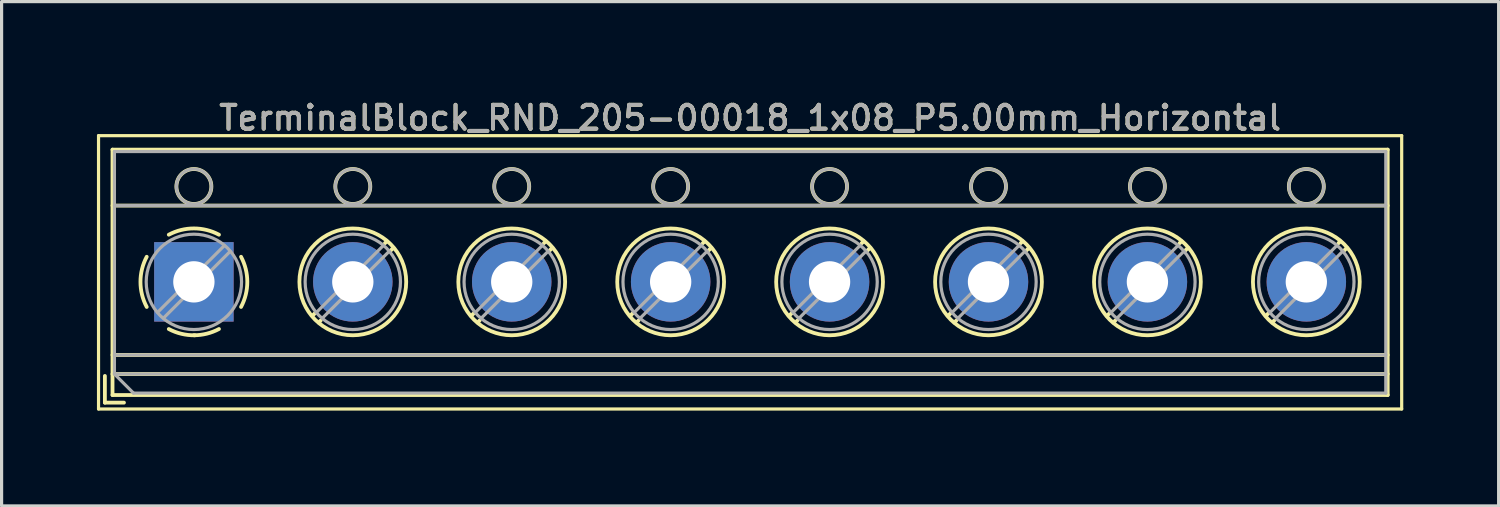
<source format=kicad_pcb>
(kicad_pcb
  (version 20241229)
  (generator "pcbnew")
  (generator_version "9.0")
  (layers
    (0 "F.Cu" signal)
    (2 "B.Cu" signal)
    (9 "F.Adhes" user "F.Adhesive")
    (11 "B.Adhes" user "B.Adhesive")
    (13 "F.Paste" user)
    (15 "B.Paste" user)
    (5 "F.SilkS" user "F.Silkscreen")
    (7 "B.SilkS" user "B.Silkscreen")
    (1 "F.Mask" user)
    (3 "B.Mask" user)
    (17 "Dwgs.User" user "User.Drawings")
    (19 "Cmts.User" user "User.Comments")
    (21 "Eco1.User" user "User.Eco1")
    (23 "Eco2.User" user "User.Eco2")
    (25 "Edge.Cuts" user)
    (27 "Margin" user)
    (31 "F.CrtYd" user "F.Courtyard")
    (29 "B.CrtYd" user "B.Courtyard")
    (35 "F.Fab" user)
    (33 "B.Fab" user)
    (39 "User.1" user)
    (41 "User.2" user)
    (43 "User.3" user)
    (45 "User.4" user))
  (footprint "TerminalBlock_RND_205-00018_1x08_P5.00mm_Horizontal"
    (layer "F.Cu")
    (at 3.05 5.818)
    (property "Reference" "TerminalBlock_RND_205-00018_1x08_P5.00mm_Horizontal" (at 17.5 -5.16 0) (layer "F.SilkS") (effects (font (size 0.75 0.75) (thickness 0.125))))
    (attr through_hole)
    (fp_line (start -3 -4.6) (end -3 4) (stroke (width 0.1) (type solid)) (layer "F.SilkS"))
    (fp_line (start -3 4) (end 38 4) (stroke (width 0.1) (type solid)) (layer "F.SilkS"))
    (fp_line (start -2.8 2.96) (end -2.8 3.8) (stroke (width 0.12) (type solid)) (layer "F.SilkS"))
    (fp_line (start -2.8 3.8) (end -2.2 3.8) (stroke (width 0.12) (type solid)) (layer "F.SilkS"))
    (fp_line (start -2.56 -4.16) (end -2.56 3.561) (stroke (width 0.12) (type solid)) (layer "F.SilkS"))
    (fp_line (start -2.56 -4.16) (end 37.56 -4.16) (stroke (width 0.12) (type solid)) (layer "F.SilkS"))
    (fp_line (start -2.56 -2.4) (end 37.56 -2.4) (stroke (width 0.12) (type solid)) (layer "F.SilkS"))
    (fp_line (start -2.56 2.3) (end 37.56 2.3) (stroke (width 0.12) (type solid)) (layer "F.SilkS"))
    (fp_line (start -2.56 2.9) (end 37.56 2.9) (stroke (width 0.12) (type solid)) (layer "F.SilkS"))
    (fp_line (start -2.56 3.561) (end 37.56 3.561) (stroke (width 0.12) (type solid)) (layer "F.SilkS"))
    (fp_line (start 3.82 0.976) (end 3.726 1.069) (stroke (width 0.12) (type solid)) (layer "F.SilkS"))
    (fp_line (start 3.99 1.216) (end 3.931 1.274) (stroke (width 0.12) (type solid)) (layer "F.SilkS"))
    (fp_line (start 6.07 -1.275) (end 6.011 -1.216) (stroke (width 0.12) (type solid)) (layer "F.SilkS"))
    (fp_line (start 6.275 -1.069) (end 6.181 -0.976) (stroke (width 0.12) (type solid)) (layer "F.SilkS"))
    (fp_line (start 8.82 0.976) (end 8.726 1.069) (stroke (width 0.12) (type solid)) (layer "F.SilkS"))
    (fp_line (start 8.99 1.216) (end 8.931 1.274) (stroke (width 0.12) (type solid)) (layer "F.SilkS"))
    (fp_line (start 11.07 -1.275) (end 11.011 -1.216) (stroke (width 0.12) (type solid)) (layer "F.SilkS"))
    (fp_line (start 11.275 -1.069) (end 11.181 -0.976) (stroke (width 0.12) (type solid)) (layer "F.SilkS"))
    (fp_line (start 13.82 0.976) (end 13.726 1.069) (stroke (width 0.12) (type solid)) (layer "F.SilkS"))
    (fp_line (start 13.99 1.216) (end 13.931 1.274) (stroke (width 0.12) (type solid)) (layer "F.SilkS"))
    (fp_line (start 16.07 -1.275) (end 16.011 -1.216) (stroke (width 0.12) (type solid)) (layer "F.SilkS"))
    (fp_line (start 16.275 -1.069) (end 16.181 -0.976) (stroke (width 0.12) (type solid)) (layer "F.SilkS"))
    (fp_line (start 18.82 0.976) (end 18.726 1.069) (stroke (width 0.12) (type solid)) (layer "F.SilkS"))
    (fp_line (start 18.99 1.216) (end 18.931 1.274) (stroke (width 0.12) (type solid)) (layer "F.SilkS"))
    (fp_line (start 21.07 -1.275) (end 21.011 -1.216) (stroke (width 0.12) (type solid)) (layer "F.SilkS"))
    (fp_line (start 21.275 -1.069) (end 21.181 -0.976) (stroke (width 0.12) (type solid)) (layer "F.SilkS"))
    (fp_line (start 23.82 0.976) (end 23.726 1.069) (stroke (width 0.12) (type solid)) (layer "F.SilkS"))
    (fp_line (start 23.99 1.216) (end 23.931 1.274) (stroke (width 0.12) (type solid)) (layer "F.SilkS"))
    (fp_line (start 26.07 -1.275) (end 26.011 -1.216) (stroke (width 0.12) (type solid)) (layer "F.SilkS"))
    (fp_line (start 26.275 -1.069) (end 26.181 -0.976) (stroke (width 0.12) (type solid)) (layer "F.SilkS"))
    (fp_line (start 28.82 0.976) (end 28.726 1.069) (stroke (width 0.12) (type solid)) (layer "F.SilkS"))
    (fp_line (start 28.99 1.216) (end 28.931 1.274) (stroke (width 0.12) (type solid)) (layer "F.SilkS"))
    (fp_line (start 31.07 -1.275) (end 31.011 -1.216) (stroke (width 0.12) (type solid)) (layer "F.SilkS"))
    (fp_line (start 31.275 -1.069) (end 31.181 -0.976) (stroke (width 0.12) (type solid)) (layer "F.SilkS"))
    (fp_line (start 33.82 0.976) (end 33.726 1.069) (stroke (width 0.12) (type solid)) (layer "F.SilkS"))
    (fp_line (start 33.99 1.216) (end 33.931 1.274) (stroke (width 0.12) (type solid)) (layer "F.SilkS"))
    (fp_line (start 36.07 -1.275) (end 36.011 -1.216) (stroke (width 0.12) (type solid)) (layer "F.SilkS"))
    (fp_line (start 36.275 -1.069) (end 36.181 -0.976) (stroke (width 0.12) (type solid)) (layer "F.SilkS"))
    (fp_line (start 37.56 -4.16) (end 37.56 3.561) (stroke (width 0.12) (type solid)) (layer "F.SilkS"))
    (fp_line (start 38 -4.6) (end -3 -4.6) (stroke (width 0.1) (type solid)) (layer "F.SilkS"))
    (fp_line (start 38 4) (end 38 -4.6) (stroke (width 0.1) (type solid)) (layer "F.SilkS"))
    (fp_arc (start -1.483953 0.789089) (mid -1.680708 0.00005) (end -1.484 -0.789) (stroke (width 0.12) (type solid)) (layer "F.SilkS"))
    (fp_arc (start -0.789089 -1.483953) (mid -0.00005 -1.680708) (end 0.789 -1.484) (stroke (width 0.12) (type solid)) (layer "F.SilkS"))
    (fp_arc (start 0.029383 1.68045) (mid -0.392304 1.634281) (end -0.789 1.484) (stroke (width 0.12) (type solid)) (layer "F.SilkS"))
    (fp_arc (start 0.788712 1.483352) (mid 0.406429 1.630097) (end 0 1.68) (stroke (width 0.12) (type solid)) (layer "F.SilkS"))
    (fp_arc (start 1.483953 -0.789089) (mid 1.680708 -0.00005) (end 1.484 0.789) (stroke (width 0.12) (type solid)) (layer "F.SilkS"))
    (fp_circle (center 0 -3) (end 0.55 -3) (stroke (width 0.12) (type solid)) (fill no) (layer "F.SilkS"))
    (fp_circle (center 5 -3) (end 5.55 -3) (stroke (width 0.12) (type solid)) (fill no) (layer "F.SilkS"))
    (fp_circle (center 5 0) (end 6.68 0) (stroke (width 0.12) (type solid)) (fill no) (layer "F.SilkS"))
    (fp_circle (center 10 -3) (end 10.55 -3) (stroke (width 0.12) (type solid)) (fill no) (layer "F.SilkS"))
    (fp_circle (center 10 0) (end 11.68 0) (stroke (width 0.12) (type solid)) (fill no) (layer "F.SilkS"))
    (fp_circle (center 15 -3) (end 15.55 -3) (stroke (width 0.12) (type solid)) (fill no) (layer "F.SilkS"))
    (fp_circle (center 15 0) (end 16.68 0) (stroke (width 0.12) (type solid)) (fill no) (layer "F.SilkS"))
    (fp_circle (center 20 -3) (end 20.55 -3) (stroke (width 0.12) (type solid)) (fill no) (layer "F.SilkS"))
    (fp_circle (center 20 0) (end 21.68 0) (stroke (width 0.12) (type solid)) (fill no) (layer "F.SilkS"))
    (fp_circle (center 25 -3) (end 25.55 -3) (stroke (width 0.12) (type solid)) (fill no) (layer "F.SilkS"))
    (fp_circle (center 25 0) (end 26.68 0) (stroke (width 0.12) (type solid)) (fill no) (layer "F.SilkS"))
    (fp_circle (center 30 -3) (end 30.55 -3) (stroke (width 0.12) (type solid)) (fill no) (layer "F.SilkS"))
    (fp_circle (center 30 0) (end 31.68 0) (stroke (width 0.12) (type solid)) (fill no) (layer "F.SilkS"))
    (fp_circle (center 35 -3) (end 35.55 -3) (stroke (width 0.12) (type solid)) (fill no) (layer "F.SilkS"))
    (fp_circle (center 35 0) (end 36.68 0) (stroke (width 0.12) (type solid)) (fill no) (layer "F.SilkS"))
    (fp_line (start -2.5 -4.1) (end 37.5 -4.1) (stroke (width 0.1) (type solid)) (layer "F.Fab"))
    (fp_line (start -2.5 -2.4) (end 37.5 -2.4) (stroke (width 0.1) (type solid)) (layer "F.Fab"))
    (fp_line (start -2.5 2.3) (end 37.5 2.3) (stroke (width 0.1) (type solid)) (layer "F.Fab"))
    (fp_line (start -2.5 2.9) (end -2.5 -4.1) (stroke (width 0.1) (type solid)) (layer "F.Fab"))
    (fp_line (start -2.5 2.9) (end 37.5 2.9) (stroke (width 0.1) (type solid)) (layer "F.Fab"))
    (fp_line (start -1.9 3.5) (end -2.5 2.9) (stroke (width 0.1) (type solid)) (layer "F.Fab"))
    (fp_line (start 0.955 -1.138) (end -1.138 0.955) (stroke (width 0.1) (type solid)) (layer "F.Fab"))
    (fp_line (start 1.138 -0.955) (end -0.955 1.138) (stroke (width 0.1) (type solid)) (layer "F.Fab"))
    (fp_line (start 5.955 -1.138) (end 3.863 0.955) (stroke (width 0.1) (type solid)) (layer "F.Fab"))
    (fp_line (start 6.138 -0.955) (end 4.046 1.138) (stroke (width 0.1) (type solid)) (layer "F.Fab"))
    (fp_line (start 10.955 -1.138) (end 8.863 0.955) (stroke (width 0.1) (type solid)) (layer "F.Fab"))
    (fp_line (start 11.138 -0.955) (end 9.046 1.138) (stroke (width 0.1) (type solid)) (layer "F.Fab"))
    (fp_line (start 15.955 -1.138) (end 13.863 0.955) (stroke (width 0.1) (type solid)) (layer "F.Fab"))
    (fp_line (start 16.138 -0.955) (end 14.046 1.138) (stroke (width 0.1) (type solid)) (layer "F.Fab"))
    (fp_line (start 20.955 -1.138) (end 18.863 0.955) (stroke (width 0.1) (type solid)) (layer "F.Fab"))
    (fp_line (start 21.138 -0.955) (end 19.046 1.138) (stroke (width 0.1) (type solid)) (layer "F.Fab"))
    (fp_line (start 25.955 -1.138) (end 23.863 0.955) (stroke (width 0.1) (type solid)) (layer "F.Fab"))
    (fp_line (start 26.138 -0.955) (end 24.046 1.138) (stroke (width 0.1) (type solid)) (layer "F.Fab"))
    (fp_line (start 30.955 -1.138) (end 28.863 0.955) (stroke (width 0.1) (type solid)) (layer "F.Fab"))
    (fp_line (start 31.138 -0.955) (end 29.046 1.138) (stroke (width 0.1) (type solid)) (layer "F.Fab"))
    (fp_line (start 35.955 -1.138) (end 33.863 0.955) (stroke (width 0.1) (type solid)) (layer "F.Fab"))
    (fp_line (start 36.138 -0.955) (end 34.046 1.138) (stroke (width 0.1) (type solid)) (layer "F.Fab"))
    (fp_line (start 37.5 -4.1) (end 37.5 3.5) (stroke (width 0.1) (type solid)) (layer "F.Fab"))
    (fp_line (start 37.5 3.5) (end -1.9 3.5) (stroke (width 0.1) (type solid)) (layer "F.Fab"))
    (fp_circle (center 0 -3) (end 0.55 -3) (stroke (width 0.1) (type solid)) (fill no) (layer "F.Fab"))
    (fp_circle (center 0 0) (end 1.5 0) (stroke (width 0.1) (type solid)) (fill no) (layer "F.Fab"))
    (fp_circle (center 5 -3) (end 5.55 -3) (stroke (width 0.1) (type solid)) (fill no) (layer "F.Fab"))
    (fp_circle (center 5 0) (end 6.5 0) (stroke (width 0.1) (type solid)) (fill no) (layer "F.Fab"))
    (fp_circle (center 10 -3) (end 10.55 -3) (stroke (width 0.1) (type solid)) (fill no) (layer "F.Fab"))
    (fp_circle (center 10 0) (end 11.5 0) (stroke (width 0.1) (type solid)) (fill no) (layer "F.Fab"))
    (fp_circle (center 15 -3) (end 15.55 -3) (stroke (width 0.1) (type solid)) (fill no) (layer "F.Fab"))
    (fp_circle (center 15 0) (end 16.5 0) (stroke (width 0.1) (type solid)) (fill no) (layer "F.Fab"))
    (fp_circle (center 20 -3) (end 20.55 -3) (stroke (width 0.1) (type solid)) (fill no) (layer "F.Fab"))
    (fp_circle (center 20 0) (end 21.5 0) (stroke (width 0.1) (type solid)) (fill no) (layer "F.Fab"))
    (fp_circle (center 25 -3) (end 25.55 -3) (stroke (width 0.1) (type solid)) (fill no) (layer "F.Fab"))
    (fp_circle (center 25 0) (end 26.5 0) (stroke (width 0.1) (type solid)) (fill no) (layer "F.Fab"))
    (fp_circle (center 30 -3) (end 30.55 -3) (stroke (width 0.1) (type solid)) (fill no) (layer "F.Fab"))
    (fp_circle (center 30 0) (end 31.5 0) (stroke (width 0.1) (type solid)) (fill no) (layer "F.Fab"))
    (fp_circle (center 35 -3) (end 35.55 -3) (stroke (width 0.1) (type solid)) (fill no) (layer "F.Fab"))
    (fp_circle (center 35 0) (end 36.5 0) (stroke (width 0.1) (type solid)) (fill no) (layer "F.Fab"))
    (fp_text user "${REFERENCE}" (at 17.5 -5.16 0) (layer "F.Fab") (effects (font (size 0.75 0.75) (thickness 0.125))))
    (pad "1" thru_hole rect (at 0 0) (size 2.5 2.5) (drill 1.3) (layers "*.Cu" "*.Mask"))
    (pad "2" thru_hole circle (at 5 0) (size 2.5 2.5) (drill 1.3) (layers "*.Cu" "*.Mask"))
    (pad "3" thru_hole circle (at 10 0) (size 2.5 2.5) (drill 1.3) (layers "*.Cu" "*.Mask"))
    (pad "4" thru_hole circle (at 15 0) (size 2.5 2.5) (drill 1.3) (layers "*.Cu" "*.Mask"))
    (pad "5" thru_hole circle (at 20 0) (size 2.5 2.5) (drill 1.3) (layers "*.Cu" "*.Mask"))
    (pad "6" thru_hole circle (at 25 0) (size 2.5 2.5) (drill 1.3) (layers "*.Cu" "*.Mask"))
    (pad "7" thru_hole circle (at 30 0) (size 2.5 2.5) (drill 1.3) (layers "*.Cu" "*.Mask"))
    (pad "8" thru_hole circle (at 35 0) (size 2.5 2.5) (drill 1.3) (layers "*.Cu" "*.Mask")))
  (gr_rect
    (start -3 -3)
    (end 44.1 12.868)
    (stroke (width 0.1) (type default))
    (fill no)
    (layer "Edge.Cuts")))
</source>
